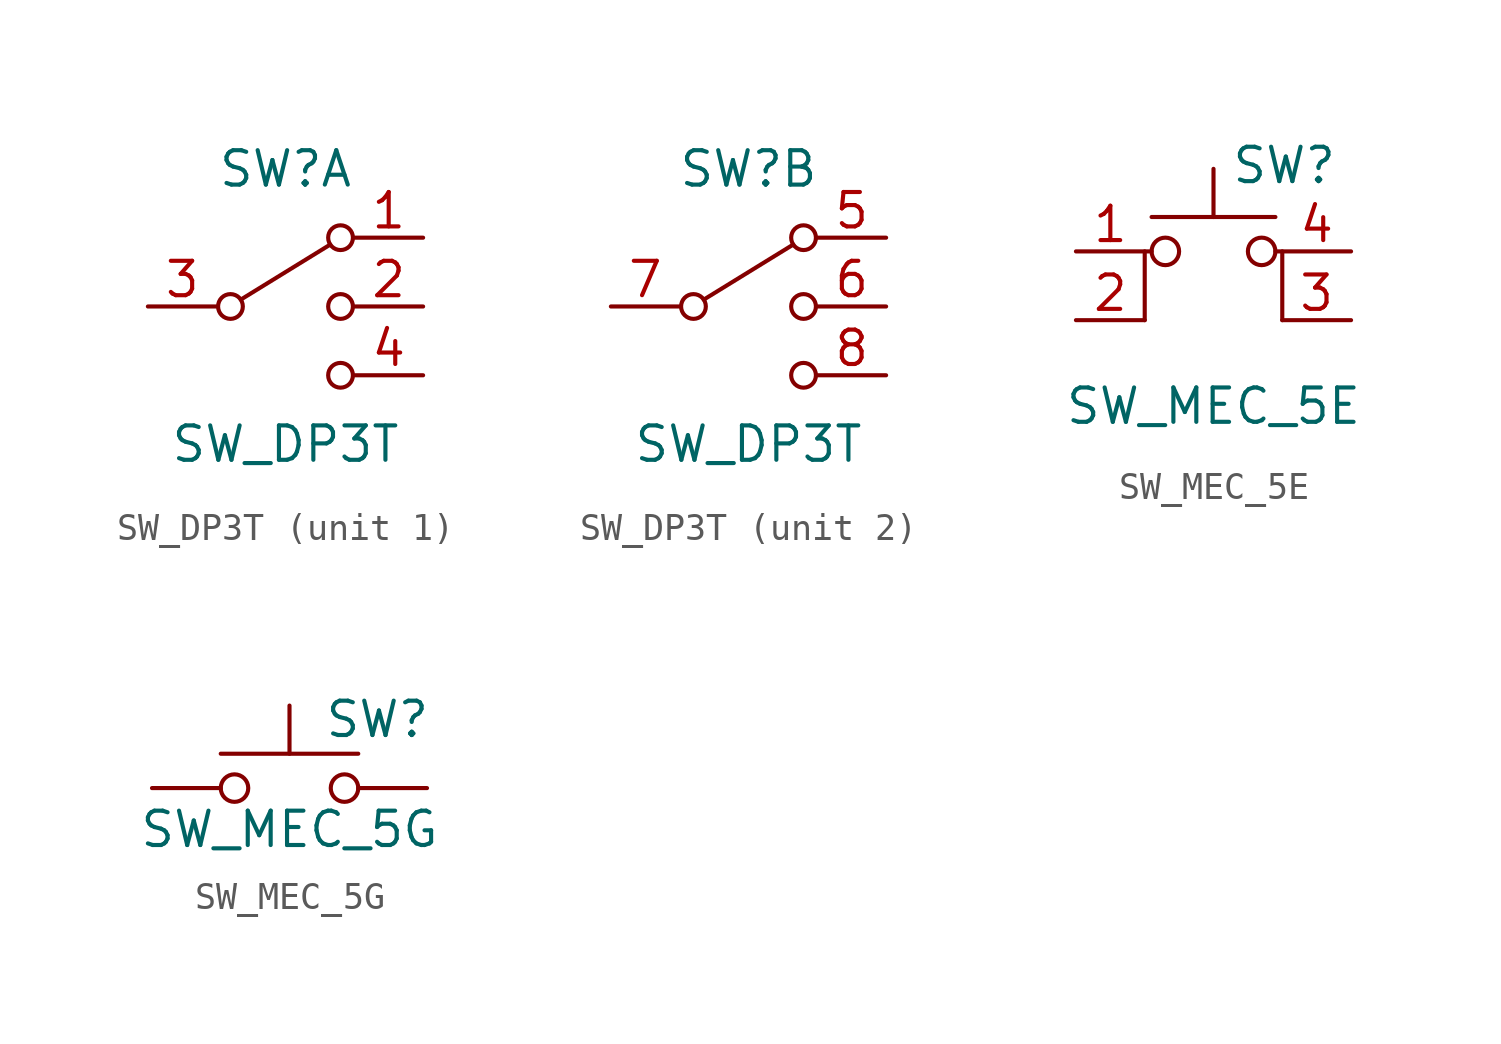
<source format=kicad_sym>
(kicad_symbol_lib
  (version 20201005)
  (generator kicad_symbol_editor)
  (symbol "SW_DP3T"
    (pin_names
      (offset 0) hide)
    (property "Reference" "SW"
      (at 0 5.08 0)
      (effects (font (size 1.27 1.27))))
    (property "Value" "SW_DP3T"
      (at 0 -5.08 0)
      (effects (font (size 1.27 1.27))))
    (symbol "SW_DP3T_0_1"
      (circle (center -2.032 0) (radius 0.457) (stroke (width 0)) (fill (type none)))
      (circle (center 2.032 -2.54) (radius 0.457) (stroke (width 0)) (fill (type none)))
      (circle (center 2.032 0) (radius 0.457) (stroke (width 0)) (fill (type none)))
      (circle (center 2.032 2.54) (radius 0.457) (stroke (width 0)) (fill (type none)))
      (polyline (pts (xy -1.651 0.254) (xy 1.651 2.286)) (stroke (width 0)) (fill (type none))))
    (symbol "SW_DP3T_1_1"
      (pin passive line (at 5.08 2.54 180) (length 2.54) (name "1" (effects (font (size 1.27 1.27)))) (number "1" (effects (font (size 1.27 1.27)))))
      (pin passive line (at 5.08 0 180) (length 2.54) (name "2" (effects (font (size 1.27 1.27)))) (number "2" (effects (font (size 1.27 1.27)))))
      (pin passive line (at -5.08 0 0) (length 2.54) (name "3" (effects (font (size 1.27 1.27)))) (number "3" (effects (font (size 1.27 1.27)))))
      (pin passive line (at 5.08 -2.54 180) (length 2.54) (name "4" (effects (font (size 1.27 1.27)))) (number "4" (effects (font (size 1.27 1.27))))))
    (symbol "SW_DP3T_2_1"
      (pin passive line (at 5.08 2.54 180) (length 2.54) (name "5" (effects (font (size 1.27 1.27)))) (number "5" (effects (font (size 1.27 1.27)))))
      (pin passive line (at 5.08 0 180) (length 2.54) (name "6" (effects (font (size 1.27 1.27)))) (number "6" (effects (font (size 1.27 1.27)))))
      (pin passive line (at -5.08 0 0) (length 2.54) (name "7" (effects (font (size 1.27 1.27)))) (number "7" (effects (font (size 1.27 1.27)))))
      (pin passive line (at 5.08 -2.54 180) (length 2.54) (name "8" (effects (font (size 1.27 1.27)))) (number "8" (effects (font (size 1.27 1.27)))))))
  (symbol "SW_MEC_5E"
    (pin_names
      (offset 1.016) hide)
    (property "Reference" "SW"
      (at 0.635 5.715 0)
      (effects (font (size 1.27 1.27)) (justify left)))
    (property "Value" "SW_MEC_5E"
      (at 0 -3.175 0)
      (effects (font (size 1.27 1.27))))
    (symbol "SW_MEC_5E_0_1"
      (circle (center -1.778 2.54) (radius 0.508) (stroke (width 0)) (fill (type none)))
      (circle (center 1.778 2.54) (radius 0.508) (stroke (width 0)) (fill (type none)))
      (polyline (pts (xy -2.286 3.81) (xy 2.286 3.81)) (stroke (width 0)) (fill (type none)))
      (polyline (pts (xy 0 3.81) (xy 0 5.588)) (stroke (width 0)) (fill (type none)))
      (polyline (pts (xy -2.54 0) (xy -2.54 2.54) (xy -2.286 2.54)) (stroke (width 0)) (fill (type none)))
      (polyline (pts (xy 2.54 0) (xy 2.54 2.54) (xy 2.286 2.54)) (stroke (width 0)) (fill (type none)))
      (pin passive line (at -5.08 2.54 0) (length 2.54) (name "1" (effects (font (size 1.27 1.27)))) (number "1" (effects (font (size 1.27 1.27)))))
      (pin passive line (at -5.08 0 0) (length 2.54) (name "2" (effects (font (size 1.27 1.27)))) (number "2" (effects (font (size 1.27 1.27)))))
      (pin passive line (at 5.08 0 180) (length 2.54) (name "K" (effects (font (size 1.27 1.27)))) (number "3" (effects (font (size 1.27 1.27)))))
      (pin passive line (at 5.08 2.54 180) (length 2.54) (name "A" (effects (font (size 1.27 1.27)))) (number "4" (effects (font (size 1.27 1.27)))))))
  (symbol "SW_MEC_5G"
    (pin_numbers hide)
    (pin_names
      (offset 1.016) hide)
    (property "Reference" "SW"
      (at 1.27 2.54 0)
      (effects (font (size 1.27 1.27)) (justify left)))
    (property "Value" "SW_MEC_5G"
      (at 0 -1.524 0)
      (effects (font (size 1.27 1.27))))
    (symbol "SW_MEC_5G_0_1"
      (circle (center -2.032 0) (radius 0.508) (stroke (width 0)) (fill (type none)))
      (circle (center 2.032 0) (radius 0.508) (stroke (width 0)) (fill (type none)))
      (polyline (pts (xy 0 1.27) (xy 0 3.048)) (stroke (width 0)) (fill (type none)))
      (polyline (pts (xy 2.54 1.27) (xy -2.54 1.27)) (stroke (width 0)) (fill (type none)))
      (pin passive line (at -5.08 0 0) (length 2.54) (name "A" (effects (font (size 1.27 1.27)))) (number "1" (effects (font (size 1.27 1.27)))))
      (pin passive line (at 5.08 0 180) (length 2.54) (name "B" (effects (font (size 1.27 1.27)))) (number "3" (effects (font (size 1.27 1.27))))))
    (symbol "SW_MEC_5G_1_1"
      (pin passive line (at -5.08 0 0) (length 2.54) hide (name "A" (effects (font (size 1.27 1.27)))) (number "2" (effects (font (size 1.27 1.27)))))
      (pin passive line (at 5.08 0 180) (length 2.54) hide (name "B" (effects (font (size 1.27 1.27)))) (number "4" (effects (font (size 1.27 1.27))))))))
</source>
